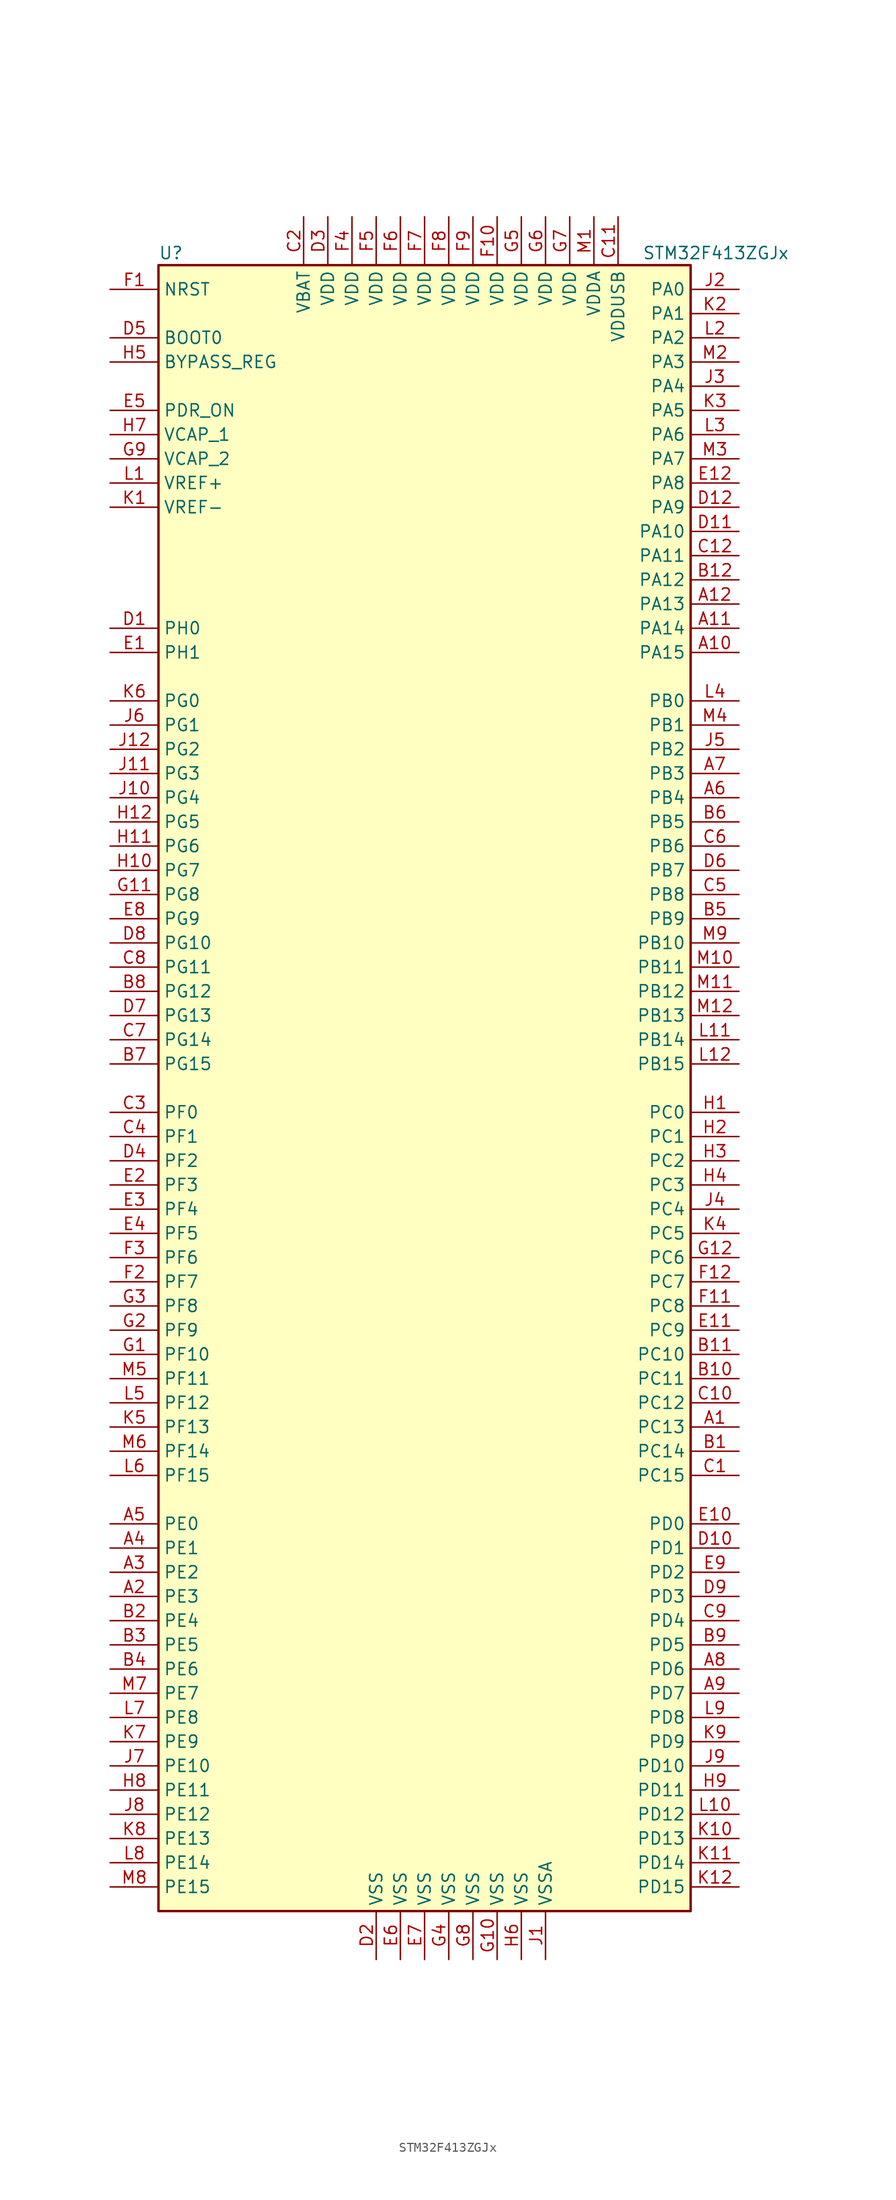
<source format=kicad_sym>
(kicad_symbol_lib
  (version 20220914)
  (generator kicad_symbol_editor)
  (symbol "STM32F413ZGJx"
    (property "Reference" "U"
      (at -27.94 87.63 0)
      (effects (font (size 1.27 1.27)) (justify left)))
    (property "Value" "STM32F413ZGJx"
      (at 22.86 87.63 0)
      (effects (font (size 1.27 1.27)) (justify left)))
    (symbol "STM32F413ZGJx_0_1"
      (rectangle (start -27.94 -86.36) (end 27.94 86.36) (stroke (width 0.254) (type default)) (fill (type background))))
    (symbol "STM32F413ZGJx_1_1"
      (pin bidirectional line (at 33.02 -35.56 180) (length 5.08) (name "PC13" (effects (font (size 1.27 1.27)))) (number "A1" (effects (font (size 1.27 1.27)))))
      (pin bidirectional line (at 33.02 45.72 180) (length 5.08) (name "PA15" (effects (font (size 1.27 1.27)))) (number "A10" (effects (font (size 1.27 1.27)))))
      (pin bidirectional line (at 33.02 48.26 180) (length 5.08) (name "PA14" (effects (font (size 1.27 1.27)))) (number "A11" (effects (font (size 1.27 1.27)))))
      (pin bidirectional line (at 33.02 50.8 180) (length 5.08) (name "PA13" (effects (font (size 1.27 1.27)))) (number "A12" (effects (font (size 1.27 1.27)))))
      (pin bidirectional line (at -33.02 -53.34 0) (length 5.08) (name "PE3" (effects (font (size 1.27 1.27)))) (number "A2" (effects (font (size 1.27 1.27)))))
      (pin bidirectional line (at -33.02 -50.8 0) (length 5.08) (name "PE2" (effects (font (size 1.27 1.27)))) (number "A3" (effects (font (size 1.27 1.27)))))
      (pin bidirectional line (at -33.02 -48.26 0) (length 5.08) (name "PE1" (effects (font (size 1.27 1.27)))) (number "A4" (effects (font (size 1.27 1.27)))))
      (pin bidirectional line (at -33.02 -45.72 0) (length 5.08) (name "PE0" (effects (font (size 1.27 1.27)))) (number "A5" (effects (font (size 1.27 1.27)))))
      (pin bidirectional line (at 33.02 30.48 180) (length 5.08) (name "PB4" (effects (font (size 1.27 1.27)))) (number "A6" (effects (font (size 1.27 1.27)))))
      (pin bidirectional line (at 33.02 33.02 180) (length 5.08) (name "PB3" (effects (font (size 1.27 1.27)))) (number "A7" (effects (font (size 1.27 1.27)))))
      (pin bidirectional line (at 33.02 -60.96 180) (length 5.08) (name "PD6" (effects (font (size 1.27 1.27)))) (number "A8" (effects (font (size 1.27 1.27)))))
      (pin bidirectional line (at 33.02 -63.5 180) (length 5.08) (name "PD7" (effects (font (size 1.27 1.27)))) (number "A9" (effects (font (size 1.27 1.27)))))
      (pin bidirectional line (at 33.02 -38.1 180) (length 5.08) (name "PC14" (effects (font (size 1.27 1.27)))) (number "B1" (effects (font (size 1.27 1.27)))))
      (pin bidirectional line (at 33.02 -30.48 180) (length 5.08) (name "PC11" (effects (font (size 1.27 1.27)))) (number "B10" (effects (font (size 1.27 1.27)))))
      (pin bidirectional line (at 33.02 -27.94 180) (length 5.08) (name "PC10" (effects (font (size 1.27 1.27)))) (number "B11" (effects (font (size 1.27 1.27)))))
      (pin bidirectional line (at 33.02 53.34 180) (length 5.08) (name "PA12" (effects (font (size 1.27 1.27)))) (number "B12" (effects (font (size 1.27 1.27)))))
      (pin bidirectional line (at -33.02 -55.88 0) (length 5.08) (name "PE4" (effects (font (size 1.27 1.27)))) (number "B2" (effects (font (size 1.27 1.27)))))
      (pin bidirectional line (at -33.02 -58.42 0) (length 5.08) (name "PE5" (effects (font (size 1.27 1.27)))) (number "B3" (effects (font (size 1.27 1.27)))))
      (pin bidirectional line (at -33.02 -60.96 0) (length 5.08) (name "PE6" (effects (font (size 1.27 1.27)))) (number "B4" (effects (font (size 1.27 1.27)))))
      (pin bidirectional line (at 33.02 17.78 180) (length 5.08) (name "PB9" (effects (font (size 1.27 1.27)))) (number "B5" (effects (font (size 1.27 1.27)))))
      (pin bidirectional line (at 33.02 27.94 180) (length 5.08) (name "PB5" (effects (font (size 1.27 1.27)))) (number "B6" (effects (font (size 1.27 1.27)))))
      (pin bidirectional line (at -33.02 2.54 0) (length 5.08) (name "PG15" (effects (font (size 1.27 1.27)))) (number "B7" (effects (font (size 1.27 1.27)))))
      (pin bidirectional line (at -33.02 10.16 0) (length 5.08) (name "PG12" (effects (font (size 1.27 1.27)))) (number "B8" (effects (font (size 1.27 1.27)))))
      (pin bidirectional line (at 33.02 -58.42 180) (length 5.08) (name "PD5" (effects (font (size 1.27 1.27)))) (number "B9" (effects (font (size 1.27 1.27)))))
      (pin bidirectional line (at 33.02 -40.64 180) (length 5.08) (name "PC15" (effects (font (size 1.27 1.27)))) (number "C1" (effects (font (size 1.27 1.27)))))
      (pin bidirectional line (at 33.02 -33.02 180) (length 5.08) (name "PC12" (effects (font (size 1.27 1.27)))) (number "C10" (effects (font (size 1.27 1.27)))))
      (pin power_in line (at 20.32 91.44 270) (length 5.08) (name "VDDUSB" (effects (font (size 1.27 1.27)))) (number "C11" (effects (font (size 1.27 1.27)))))
      (pin bidirectional line (at 33.02 55.88 180) (length 5.08) (name "PA11" (effects (font (size 1.27 1.27)))) (number "C12" (effects (font (size 1.27 1.27)))))
      (pin power_in line (at -12.7 91.44 270) (length 5.08) (name "VBAT" (effects (font (size 1.27 1.27)))) (number "C2" (effects (font (size 1.27 1.27)))))
      (pin bidirectional line (at -33.02 -2.54 0) (length 5.08) (name "PF0" (effects (font (size 1.27 1.27)))) (number "C3" (effects (font (size 1.27 1.27)))))
      (pin bidirectional line (at -33.02 -5.08 0) (length 5.08) (name "PF1" (effects (font (size 1.27 1.27)))) (number "C4" (effects (font (size 1.27 1.27)))))
      (pin bidirectional line (at 33.02 20.32 180) (length 5.08) (name "PB8" (effects (font (size 1.27 1.27)))) (number "C5" (effects (font (size 1.27 1.27)))))
      (pin bidirectional line (at 33.02 25.4 180) (length 5.08) (name "PB6" (effects (font (size 1.27 1.27)))) (number "C6" (effects (font (size 1.27 1.27)))))
      (pin bidirectional line (at -33.02 5.08 0) (length 5.08) (name "PG14" (effects (font (size 1.27 1.27)))) (number "C7" (effects (font (size 1.27 1.27)))))
      (pin bidirectional line (at -33.02 12.7 0) (length 5.08) (name "PG11" (effects (font (size 1.27 1.27)))) (number "C8" (effects (font (size 1.27 1.27)))))
      (pin bidirectional line (at 33.02 -55.88 180) (length 5.08) (name "PD4" (effects (font (size 1.27 1.27)))) (number "C9" (effects (font (size 1.27 1.27)))))
      (pin input line (at -33.02 48.26 0) (length 5.08) (name "PH0" (effects (font (size 1.27 1.27)))) (number "D1" (effects (font (size 1.27 1.27)))))
      (pin bidirectional line (at 33.02 -48.26 180) (length 5.08) (name "PD1" (effects (font (size 1.27 1.27)))) (number "D10" (effects (font (size 1.27 1.27)))))
      (pin bidirectional line (at 33.02 58.42 180) (length 5.08) (name "PA10" (effects (font (size 1.27 1.27)))) (number "D11" (effects (font (size 1.27 1.27)))))
      (pin bidirectional line (at 33.02 60.96 180) (length 5.08) (name "PA9" (effects (font (size 1.27 1.27)))) (number "D12" (effects (font (size 1.27 1.27)))))
      (pin power_in line (at -5.08 -91.44 90) (length 5.08) (name "VSS" (effects (font (size 1.27 1.27)))) (number "D2" (effects (font (size 1.27 1.27)))))
      (pin power_in line (at -10.16 91.44 270) (length 5.08) (name "VDD" (effects (font (size 1.27 1.27)))) (number "D3" (effects (font (size 1.27 1.27)))))
      (pin bidirectional line (at -33.02 -7.62 0) (length 5.08) (name "PF2" (effects (font (size 1.27 1.27)))) (number "D4" (effects (font (size 1.27 1.27)))))
      (pin input line (at -33.02 78.74 0) (length 5.08) (name "BOOT0" (effects (font (size 1.27 1.27)))) (number "D5" (effects (font (size 1.27 1.27)))))
      (pin bidirectional line (at 33.02 22.86 180) (length 5.08) (name "PB7" (effects (font (size 1.27 1.27)))) (number "D6" (effects (font (size 1.27 1.27)))))
      (pin bidirectional line (at -33.02 7.62 0) (length 5.08) (name "PG13" (effects (font (size 1.27 1.27)))) (number "D7" (effects (font (size 1.27 1.27)))))
      (pin bidirectional line (at -33.02 15.24 0) (length 5.08) (name "PG10" (effects (font (size 1.27 1.27)))) (number "D8" (effects (font (size 1.27 1.27)))))
      (pin bidirectional line (at 33.02 -53.34 180) (length 5.08) (name "PD3" (effects (font (size 1.27 1.27)))) (number "D9" (effects (font (size 1.27 1.27)))))
      (pin input line (at -33.02 45.72 0) (length 5.08) (name "PH1" (effects (font (size 1.27 1.27)))) (number "E1" (effects (font (size 1.27 1.27)))))
      (pin bidirectional line (at 33.02 -45.72 180) (length 5.08) (name "PD0" (effects (font (size 1.27 1.27)))) (number "E10" (effects (font (size 1.27 1.27)))))
      (pin bidirectional line (at 33.02 -25.4 180) (length 5.08) (name "PC9" (effects (font (size 1.27 1.27)))) (number "E11" (effects (font (size 1.27 1.27)))))
      (pin bidirectional line (at 33.02 63.5 180) (length 5.08) (name "PA8" (effects (font (size 1.27 1.27)))) (number "E12" (effects (font (size 1.27 1.27)))))
      (pin bidirectional line (at -33.02 -10.16 0) (length 5.08) (name "PF3" (effects (font (size 1.27 1.27)))) (number "E2" (effects (font (size 1.27 1.27)))))
      (pin bidirectional line (at -33.02 -12.7 0) (length 5.08) (name "PF4" (effects (font (size 1.27 1.27)))) (number "E3" (effects (font (size 1.27 1.27)))))
      (pin bidirectional line (at -33.02 -15.24 0) (length 5.08) (name "PF5" (effects (font (size 1.27 1.27)))) (number "E4" (effects (font (size 1.27 1.27)))))
      (pin power_in line (at -33.02 71.12 0) (length 5.08) (name "PDR_ON" (effects (font (size 1.27 1.27)))) (number "E5" (effects (font (size 1.27 1.27)))))
      (pin power_in line (at -2.54 -91.44 90) (length 5.08) (name "VSS" (effects (font (size 1.27 1.27)))) (number "E6" (effects (font (size 1.27 1.27)))))
      (pin power_in line (at 0 -91.44 90) (length 5.08) (name "VSS" (effects (font (size 1.27 1.27)))) (number "E7" (effects (font (size 1.27 1.27)))))
      (pin bidirectional line (at -33.02 17.78 0) (length 5.08) (name "PG9" (effects (font (size 1.27 1.27)))) (number "E8" (effects (font (size 1.27 1.27)))))
      (pin bidirectional line (at 33.02 -50.8 180) (length 5.08) (name "PD2" (effects (font (size 1.27 1.27)))) (number "E9" (effects (font (size 1.27 1.27)))))
      (pin input line (at -33.02 83.82 0) (length 5.08) (name "NRST" (effects (font (size 1.27 1.27)))) (number "F1" (effects (font (size 1.27 1.27)))))
      (pin power_in line (at 7.62 91.44 270) (length 5.08) (name "VDD" (effects (font (size 1.27 1.27)))) (number "F10" (effects (font (size 1.27 1.27)))))
      (pin bidirectional line (at 33.02 -22.86 180) (length 5.08) (name "PC8" (effects (font (size 1.27 1.27)))) (number "F11" (effects (font (size 1.27 1.27)))))
      (pin bidirectional line (at 33.02 -20.32 180) (length 5.08) (name "PC7" (effects (font (size 1.27 1.27)))) (number "F12" (effects (font (size 1.27 1.27)))))
      (pin bidirectional line (at -33.02 -20.32 0) (length 5.08) (name "PF7" (effects (font (size 1.27 1.27)))) (number "F2" (effects (font (size 1.27 1.27)))))
      (pin bidirectional line (at -33.02 -17.78 0) (length 5.08) (name "PF6" (effects (font (size 1.27 1.27)))) (number "F3" (effects (font (size 1.27 1.27)))))
      (pin power_in line (at -7.62 91.44 270) (length 5.08) (name "VDD" (effects (font (size 1.27 1.27)))) (number "F4" (effects (font (size 1.27 1.27)))))
      (pin power_in line (at -5.08 91.44 270) (length 5.08) (name "VDD" (effects (font (size 1.27 1.27)))) (number "F5" (effects (font (size 1.27 1.27)))))
      (pin power_in line (at -2.54 91.44 270) (length 5.08) (name "VDD" (effects (font (size 1.27 1.27)))) (number "F6" (effects (font (size 1.27 1.27)))))
      (pin power_in line (at 0 91.44 270) (length 5.08) (name "VDD" (effects (font (size 1.27 1.27)))) (number "F7" (effects (font (size 1.27 1.27)))))
      (pin power_in line (at 2.54 91.44 270) (length 5.08) (name "VDD" (effects (font (size 1.27 1.27)))) (number "F8" (effects (font (size 1.27 1.27)))))
      (pin power_in line (at 5.08 91.44 270) (length 5.08) (name "VDD" (effects (font (size 1.27 1.27)))) (number "F9" (effects (font (size 1.27 1.27)))))
      (pin bidirectional line (at -33.02 -27.94 0) (length 5.08) (name "PF10" (effects (font (size 1.27 1.27)))) (number "G1" (effects (font (size 1.27 1.27)))))
      (pin power_in line (at 7.62 -91.44 90) (length 5.08) (name "VSS" (effects (font (size 1.27 1.27)))) (number "G10" (effects (font (size 1.27 1.27)))))
      (pin bidirectional line (at -33.02 20.32 0) (length 5.08) (name "PG8" (effects (font (size 1.27 1.27)))) (number "G11" (effects (font (size 1.27 1.27)))))
      (pin bidirectional line (at 33.02 -17.78 180) (length 5.08) (name "PC6" (effects (font (size 1.27 1.27)))) (number "G12" (effects (font (size 1.27 1.27)))))
      (pin bidirectional line (at -33.02 -25.4 0) (length 5.08) (name "PF9" (effects (font (size 1.27 1.27)))) (number "G2" (effects (font (size 1.27 1.27)))))
      (pin bidirectional line (at -33.02 -22.86 0) (length 5.08) (name "PF8" (effects (font (size 1.27 1.27)))) (number "G3" (effects (font (size 1.27 1.27)))))
      (pin power_in line (at 2.54 -91.44 90) (length 5.08) (name "VSS" (effects (font (size 1.27 1.27)))) (number "G4" (effects (font (size 1.27 1.27)))))
      (pin power_in line (at 10.16 91.44 270) (length 5.08) (name "VDD" (effects (font (size 1.27 1.27)))) (number "G5" (effects (font (size 1.27 1.27)))))
      (pin power_in line (at 12.7 91.44 270) (length 5.08) (name "VDD" (effects (font (size 1.27 1.27)))) (number "G6" (effects (font (size 1.27 1.27)))))
      (pin power_in line (at 15.24 91.44 270) (length 5.08) (name "VDD" (effects (font (size 1.27 1.27)))) (number "G7" (effects (font (size 1.27 1.27)))))
      (pin power_in line (at 5.08 -91.44 90) (length 5.08) (name "VSS" (effects (font (size 1.27 1.27)))) (number "G8" (effects (font (size 1.27 1.27)))))
      (pin power_in line (at -33.02 66.04 0) (length 5.08) (name "VCAP_2" (effects (font (size 1.27 1.27)))) (number "G9" (effects (font (size 1.27 1.27)))))
      (pin bidirectional line (at 33.02 -2.54 180) (length 5.08) (name "PC0" (effects (font (size 1.27 1.27)))) (number "H1" (effects (font (size 1.27 1.27)))))
      (pin bidirectional line (at -33.02 22.86 0) (length 5.08) (name "PG7" (effects (font (size 1.27 1.27)))) (number "H10" (effects (font (size 1.27 1.27)))))
      (pin bidirectional line (at -33.02 25.4 0) (length 5.08) (name "PG6" (effects (font (size 1.27 1.27)))) (number "H11" (effects (font (size 1.27 1.27)))))
      (pin bidirectional line (at -33.02 27.94 0) (length 5.08) (name "PG5" (effects (font (size 1.27 1.27)))) (number "H12" (effects (font (size 1.27 1.27)))))
      (pin bidirectional line (at 33.02 -5.08 180) (length 5.08) (name "PC1" (effects (font (size 1.27 1.27)))) (number "H2" (effects (font (size 1.27 1.27)))))
      (pin bidirectional line (at 33.02 -7.62 180) (length 5.08) (name "PC2" (effects (font (size 1.27 1.27)))) (number "H3" (effects (font (size 1.27 1.27)))))
      (pin bidirectional line (at 33.02 -10.16 180) (length 5.08) (name "PC3" (effects (font (size 1.27 1.27)))) (number "H4" (effects (font (size 1.27 1.27)))))
      (pin input line (at -33.02 76.2 0) (length 5.08) (name "BYPASS_REG" (effects (font (size 1.27 1.27)))) (number "H5" (effects (font (size 1.27 1.27)))))
      (pin power_in line (at 10.16 -91.44 90) (length 5.08) (name "VSS" (effects (font (size 1.27 1.27)))) (number "H6" (effects (font (size 1.27 1.27)))))
      (pin power_in line (at -33.02 68.58 0) (length 5.08) (name "VCAP_1" (effects (font (size 1.27 1.27)))) (number "H7" (effects (font (size 1.27 1.27)))))
      (pin bidirectional line (at -33.02 -73.66 0) (length 5.08) (name "PE11" (effects (font (size 1.27 1.27)))) (number "H8" (effects (font (size 1.27 1.27)))))
      (pin bidirectional line (at 33.02 -73.66 180) (length 5.08) (name "PD11" (effects (font (size 1.27 1.27)))) (number "H9" (effects (font (size 1.27 1.27)))))
      (pin power_in line (at 12.7 -91.44 90) (length 5.08) (name "VSSA" (effects (font (size 1.27 1.27)))) (number "J1" (effects (font (size 1.27 1.27)))))
      (pin bidirectional line (at -33.02 30.48 0) (length 5.08) (name "PG4" (effects (font (size 1.27 1.27)))) (number "J10" (effects (font (size 1.27 1.27)))))
      (pin bidirectional line (at -33.02 33.02 0) (length 5.08) (name "PG3" (effects (font (size 1.27 1.27)))) (number "J11" (effects (font (size 1.27 1.27)))))
      (pin bidirectional line (at -33.02 35.56 0) (length 5.08) (name "PG2" (effects (font (size 1.27 1.27)))) (number "J12" (effects (font (size 1.27 1.27)))))
      (pin bidirectional line (at 33.02 83.82 180) (length 5.08) (name "PA0" (effects (font (size 1.27 1.27)))) (number "J2" (effects (font (size 1.27 1.27)))))
      (pin bidirectional line (at 33.02 73.66 180) (length 5.08) (name "PA4" (effects (font (size 1.27 1.27)))) (number "J3" (effects (font (size 1.27 1.27)))))
      (pin bidirectional line (at 33.02 -12.7 180) (length 5.08) (name "PC4" (effects (font (size 1.27 1.27)))) (number "J4" (effects (font (size 1.27 1.27)))))
      (pin bidirectional line (at 33.02 35.56 180) (length 5.08) (name "PB2" (effects (font (size 1.27 1.27)))) (number "J5" (effects (font (size 1.27 1.27)))))
      (pin bidirectional line (at -33.02 38.1 0) (length 5.08) (name "PG1" (effects (font (size 1.27 1.27)))) (number "J6" (effects (font (size 1.27 1.27)))))
      (pin bidirectional line (at -33.02 -71.12 0) (length 5.08) (name "PE10" (effects (font (size 1.27 1.27)))) (number "J7" (effects (font (size 1.27 1.27)))))
      (pin bidirectional line (at -33.02 -76.2 0) (length 5.08) (name "PE12" (effects (font (size 1.27 1.27)))) (number "J8" (effects (font (size 1.27 1.27)))))
      (pin bidirectional line (at 33.02 -71.12 180) (length 5.08) (name "PD10" (effects (font (size 1.27 1.27)))) (number "J9" (effects (font (size 1.27 1.27)))))
      (pin power_in line (at -33.02 60.96 0) (length 5.08) (name "VREF-" (effects (font (size 1.27 1.27)))) (number "K1" (effects (font (size 1.27 1.27)))))
      (pin bidirectional line (at 33.02 -78.74 180) (length 5.08) (name "PD13" (effects (font (size 1.27 1.27)))) (number "K10" (effects (font (size 1.27 1.27)))))
      (pin bidirectional line (at 33.02 -81.28 180) (length 5.08) (name "PD14" (effects (font (size 1.27 1.27)))) (number "K11" (effects (font (size 1.27 1.27)))))
      (pin bidirectional line (at 33.02 -83.82 180) (length 5.08) (name "PD15" (effects (font (size 1.27 1.27)))) (number "K12" (effects (font (size 1.27 1.27)))))
      (pin bidirectional line (at 33.02 81.28 180) (length 5.08) (name "PA1" (effects (font (size 1.27 1.27)))) (number "K2" (effects (font (size 1.27 1.27)))))
      (pin bidirectional line (at 33.02 71.12 180) (length 5.08) (name "PA5" (effects (font (size 1.27 1.27)))) (number "K3" (effects (font (size 1.27 1.27)))))
      (pin bidirectional line (at 33.02 -15.24 180) (length 5.08) (name "PC5" (effects (font (size 1.27 1.27)))) (number "K4" (effects (font (size 1.27 1.27)))))
      (pin bidirectional line (at -33.02 -35.56 0) (length 5.08) (name "PF13" (effects (font (size 1.27 1.27)))) (number "K5" (effects (font (size 1.27 1.27)))))
      (pin bidirectional line (at -33.02 40.64 0) (length 5.08) (name "PG0" (effects (font (size 1.27 1.27)))) (number "K6" (effects (font (size 1.27 1.27)))))
      (pin bidirectional line (at -33.02 -68.58 0) (length 5.08) (name "PE9" (effects (font (size 1.27 1.27)))) (number "K7" (effects (font (size 1.27 1.27)))))
      (pin bidirectional line (at -33.02 -78.74 0) (length 5.08) (name "PE13" (effects (font (size 1.27 1.27)))) (number "K8" (effects (font (size 1.27 1.27)))))
      (pin bidirectional line (at 33.02 -68.58 180) (length 5.08) (name "PD9" (effects (font (size 1.27 1.27)))) (number "K9" (effects (font (size 1.27 1.27)))))
      (pin power_in line (at -33.02 63.5 0) (length 5.08) (name "VREF+" (effects (font (size 1.27 1.27)))) (number "L1" (effects (font (size 1.27 1.27)))))
      (pin bidirectional line (at 33.02 -76.2 180) (length 5.08) (name "PD12" (effects (font (size 1.27 1.27)))) (number "L10" (effects (font (size 1.27 1.27)))))
      (pin bidirectional line (at 33.02 5.08 180) (length 5.08) (name "PB14" (effects (font (size 1.27 1.27)))) (number "L11" (effects (font (size 1.27 1.27)))))
      (pin bidirectional line (at 33.02 2.54 180) (length 5.08) (name "PB15" (effects (font (size 1.27 1.27)))) (number "L12" (effects (font (size 1.27 1.27)))))
      (pin bidirectional line (at 33.02 78.74 180) (length 5.08) (name "PA2" (effects (font (size 1.27 1.27)))) (number "L2" (effects (font (size 1.27 1.27)))))
      (pin bidirectional line (at 33.02 68.58 180) (length 5.08) (name "PA6" (effects (font (size 1.27 1.27)))) (number "L3" (effects (font (size 1.27 1.27)))))
      (pin bidirectional line (at 33.02 40.64 180) (length 5.08) (name "PB0" (effects (font (size 1.27 1.27)))) (number "L4" (effects (font (size 1.27 1.27)))))
      (pin bidirectional line (at -33.02 -33.02 0) (length 5.08) (name "PF12" (effects (font (size 1.27 1.27)))) (number "L5" (effects (font (size 1.27 1.27)))))
      (pin bidirectional line (at -33.02 -40.64 0) (length 5.08) (name "PF15" (effects (font (size 1.27 1.27)))) (number "L6" (effects (font (size 1.27 1.27)))))
      (pin bidirectional line (at -33.02 -66.04 0) (length 5.08) (name "PE8" (effects (font (size 1.27 1.27)))) (number "L7" (effects (font (size 1.27 1.27)))))
      (pin bidirectional line (at -33.02 -81.28 0) (length 5.08) (name "PE14" (effects (font (size 1.27 1.27)))) (number "L8" (effects (font (size 1.27 1.27)))))
      (pin bidirectional line (at 33.02 -66.04 180) (length 5.08) (name "PD8" (effects (font (size 1.27 1.27)))) (number "L9" (effects (font (size 1.27 1.27)))))
      (pin power_in line (at 17.78 91.44 270) (length 5.08) (name "VDDA" (effects (font (size 1.27 1.27)))) (number "M1" (effects (font (size 1.27 1.27)))))
      (pin bidirectional line (at 33.02 12.7 180) (length 5.08) (name "PB11" (effects (font (size 1.27 1.27)))) (number "M10" (effects (font (size 1.27 1.27)))))
      (pin bidirectional line (at 33.02 10.16 180) (length 5.08) (name "PB12" (effects (font (size 1.27 1.27)))) (number "M11" (effects (font (size 1.27 1.27)))))
      (pin bidirectional line (at 33.02 7.62 180) (length 5.08) (name "PB13" (effects (font (size 1.27 1.27)))) (number "M12" (effects (font (size 1.27 1.27)))))
      (pin bidirectional line (at 33.02 76.2 180) (length 5.08) (name "PA3" (effects (font (size 1.27 1.27)))) (number "M2" (effects (font (size 1.27 1.27)))))
      (pin bidirectional line (at 33.02 66.04 180) (length 5.08) (name "PA7" (effects (font (size 1.27 1.27)))) (number "M3" (effects (font (size 1.27 1.27)))))
      (pin bidirectional line (at 33.02 38.1 180) (length 5.08) (name "PB1" (effects (font (size 1.27 1.27)))) (number "M4" (effects (font (size 1.27 1.27)))))
      (pin bidirectional line (at -33.02 -30.48 0) (length 5.08) (name "PF11" (effects (font (size 1.27 1.27)))) (number "M5" (effects (font (size 1.27 1.27)))))
      (pin bidirectional line (at -33.02 -38.1 0) (length 5.08) (name "PF14" (effects (font (size 1.27 1.27)))) (number "M6" (effects (font (size 1.27 1.27)))))
      (pin bidirectional line (at -33.02 -63.5 0) (length 5.08) (name "PE7" (effects (font (size 1.27 1.27)))) (number "M7" (effects (font (size 1.27 1.27)))))
      (pin bidirectional line (at -33.02 -83.82 0) (length 5.08) (name "PE15" (effects (font (size 1.27 1.27)))) (number "M8" (effects (font (size 1.27 1.27)))))
      (pin bidirectional line (at 33.02 15.24 180) (length 5.08) (name "PB10" (effects (font (size 1.27 1.27)))) (number "M9" (effects (font (size 1.27 1.27))))))))
</source>
